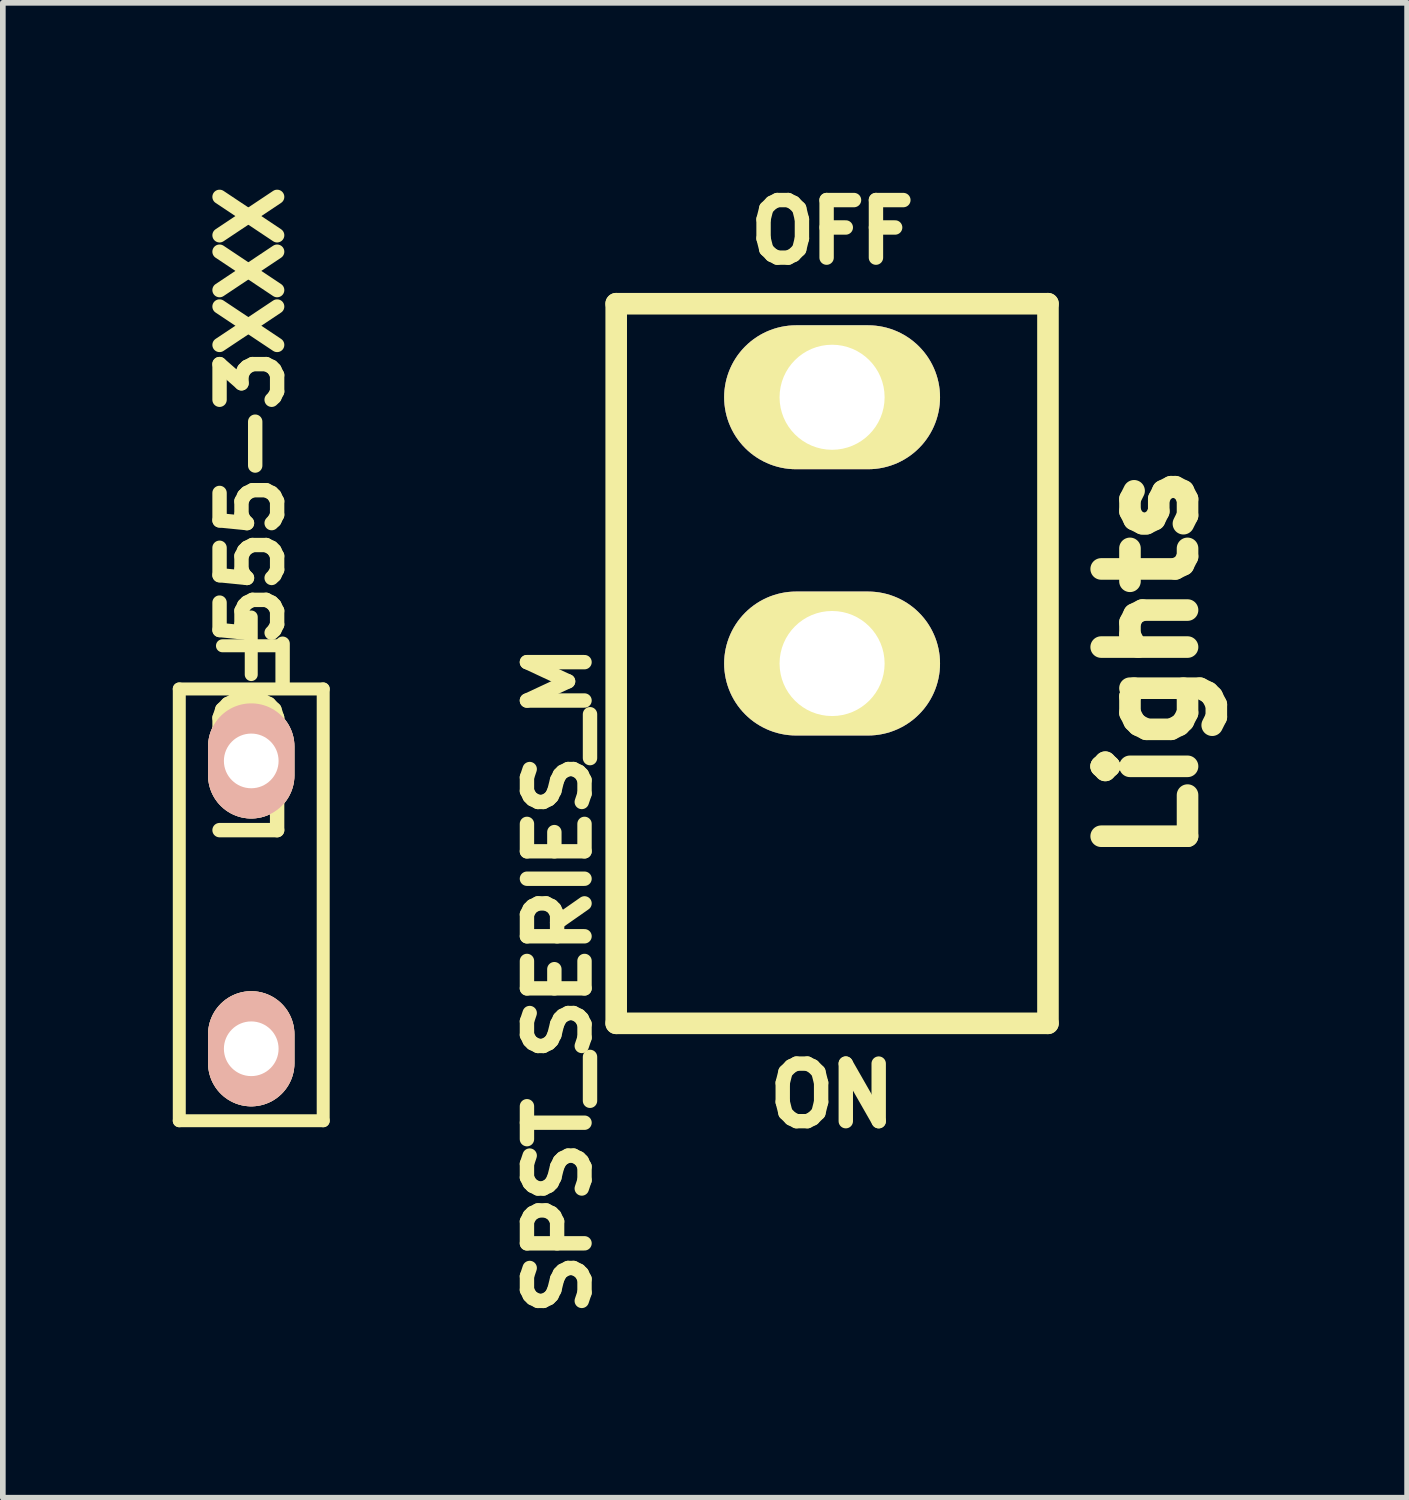
<source format=kicad_pcb>
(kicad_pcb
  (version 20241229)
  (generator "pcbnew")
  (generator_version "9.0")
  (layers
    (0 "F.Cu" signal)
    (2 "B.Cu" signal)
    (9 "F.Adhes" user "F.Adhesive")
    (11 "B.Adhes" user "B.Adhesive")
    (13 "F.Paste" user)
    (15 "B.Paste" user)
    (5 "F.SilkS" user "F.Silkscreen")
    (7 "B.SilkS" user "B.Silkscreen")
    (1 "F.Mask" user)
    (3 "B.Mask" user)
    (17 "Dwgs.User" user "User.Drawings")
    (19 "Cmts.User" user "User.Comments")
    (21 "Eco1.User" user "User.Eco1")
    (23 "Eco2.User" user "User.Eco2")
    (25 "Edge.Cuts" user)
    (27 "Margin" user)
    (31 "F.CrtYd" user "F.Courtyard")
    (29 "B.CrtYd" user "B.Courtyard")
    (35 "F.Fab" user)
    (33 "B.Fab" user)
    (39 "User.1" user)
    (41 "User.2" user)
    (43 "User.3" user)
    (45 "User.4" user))
  (footprint "SPST_SERIES_M"
    (layer "F.Cu")
    (at 11.635 8.66)
    (property "Reference" "SPST_SERIES_M" (at -4.826 5.588 90) (layer "F.SilkS") (effects (font (size 1.016 1.016) (thickness 0.254))))
    (attr through_hole)
    (fp_line (start -3.81 -6.35) (end -3.81 6.35) (stroke (width 0.381) (type solid)) (layer "F.SilkS"))
    (fp_line (start -3.81 6.35) (end 3.81 6.35) (stroke (width 0.381) (type solid)) (layer "F.SilkS"))
    (fp_line (start 3.81 -6.35) (end -3.81 -6.35) (stroke (width 0.381) (type solid)) (layer "F.SilkS"))
    (fp_line (start 3.81 6.35) (end 3.81 -6.35) (stroke (width 0.381) (type solid)) (layer "F.SilkS"))
    (fp_text user "OFF" (at 0 -7.62 0) (layer "F.SilkS") (effects (font (size 1.016 1.016) (thickness 0.254))))
    (fp_text user "Lights" (at 5.588 0 90) (layer "F.SilkS") (effects (font (size 1.524 1.524) (thickness 0.381))))
    (fp_text user "ON" (at 0 7.62 0) (layer "F.SilkS") (effects (font (size 1.016 1.016) (thickness 0.254))))
    (pad "2" thru_hole oval (at 0 0) (size 3.81 2.54) (drill 1.854) (layers "*.Cu" "*.Mask" "F.SilkS"))
    (pad "3" thru_hole oval (at 0 -4.699) (size 3.81 2.54) (drill 1.854) (layers "*.Cu" "*.Mask" "F.SilkS")))
  (footprint "LED_555-3XXX"
    (layer "F.Cu")
    (at 1.384 12.919)
    (property "Reference" "LED_555-3XXX" (at 0 -6.858 270) (layer "F.SilkS") (effects (font (size 1.016 1.016) (thickness 0.254))))
    (attr through_hole)
    (fp_line (start -1.27 -3.81) (end 1.27 -3.81) (stroke (width 0.229) (type solid)) (layer "F.SilkS"))
    (fp_line (start -1.27 3.81) (end -1.27 -3.81) (stroke (width 0.229) (type solid)) (layer "F.SilkS"))
    (fp_line (start -0.508 -4.572) (end 0.508 -4.572) (stroke (width 0.229) (type solid)) (layer "F.SilkS"))
    (fp_line (start 0 -4.064) (end 0 -5.08) (stroke (width 0.229) (type solid)) (layer "F.SilkS"))
    (fp_line (start 1.27 -3.81) (end 1.27 3.81) (stroke (width 0.229) (type solid)) (layer "F.SilkS"))
    (fp_line (start 1.27 3.81) (end -1.27 3.81) (stroke (width 0.229) (type solid)) (layer "F.SilkS"))
    (pad "1" thru_hole oval (at 0 -2.54) (size 1.524 2.032) (drill 0.965) (layers "*.Cu" "*.SilkS" "*.Mask"))
    (pad "2" thru_hole oval (at 0 2.54) (size 1.524 2.032) (drill 0.965) (layers "*.Cu" "*.SilkS" "*.Mask")))
  (gr_rect
    (start -3 -3)
    (end 21.783 23.382)
    (stroke (width 0.1) (type default))
    (fill no)
    (layer "Edge.Cuts")))
</source>
